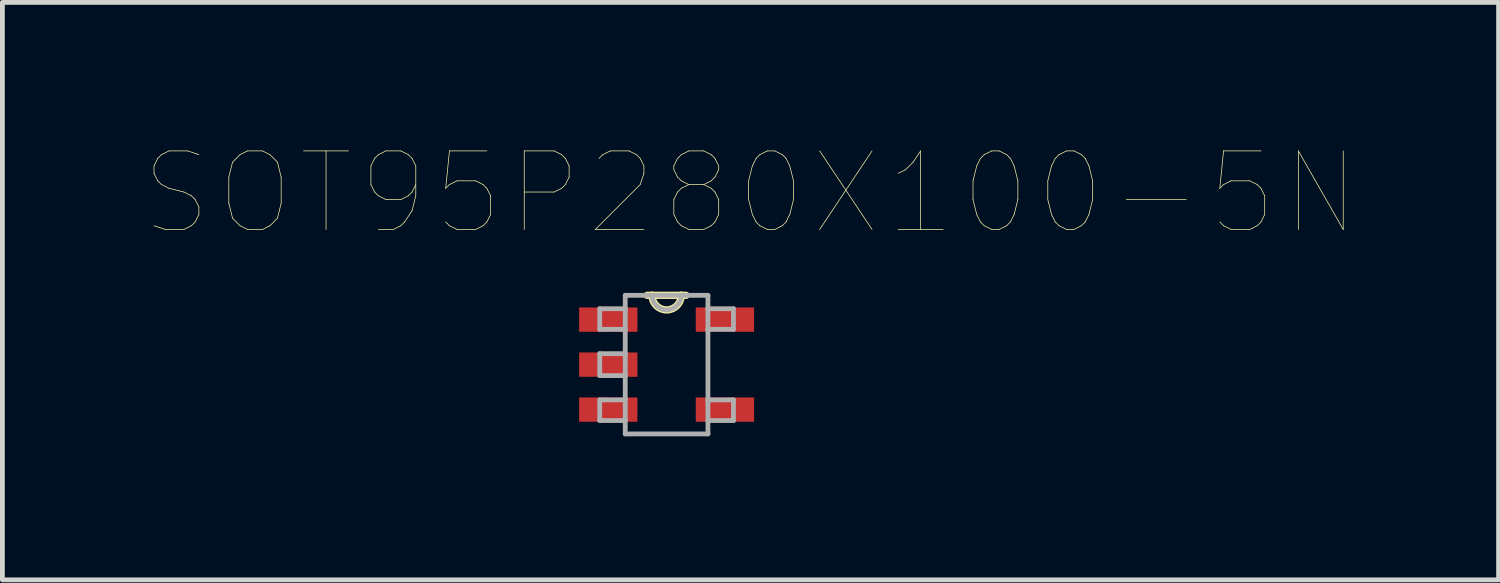
<source format=kicad_pcb>
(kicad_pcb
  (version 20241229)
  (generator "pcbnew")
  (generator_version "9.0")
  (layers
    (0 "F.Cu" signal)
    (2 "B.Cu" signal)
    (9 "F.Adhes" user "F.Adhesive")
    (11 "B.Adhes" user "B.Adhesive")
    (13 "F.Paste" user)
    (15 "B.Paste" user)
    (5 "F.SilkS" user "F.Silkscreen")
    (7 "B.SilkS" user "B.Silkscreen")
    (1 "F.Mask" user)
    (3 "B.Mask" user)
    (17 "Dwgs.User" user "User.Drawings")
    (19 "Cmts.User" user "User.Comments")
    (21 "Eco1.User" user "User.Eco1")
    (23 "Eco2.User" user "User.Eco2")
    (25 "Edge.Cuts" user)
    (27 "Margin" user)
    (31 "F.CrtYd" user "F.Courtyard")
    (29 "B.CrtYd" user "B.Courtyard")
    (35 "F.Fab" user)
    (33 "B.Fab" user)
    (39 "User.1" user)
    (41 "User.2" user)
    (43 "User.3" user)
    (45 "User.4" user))
  (footprint "SOT95P280X100-5N"
    (layer "F.Cu")
    (at 10.879 4.569)
    (property "Reference" "SOT95P280X100-5N" (at 1.753 -3.583 0) (layer "F.SilkS") (effects (font (size 1.641 1.641) (thickness 0.015))))
    (attr through_hole)
    (fp_line (start -0.305 -1.448) (end -0.406 -1.448) (stroke (width 0.152) (type solid)) (layer "F.SilkS"))
    (fp_line (start 0.305 -1.448) (end -0.305 -1.448) (stroke (width 0.152) (type solid)) (layer "F.SilkS"))
    (fp_line (start 0.406 -1.448) (end 0.305 -1.448) (stroke (width 0.152) (type solid)) (layer "F.SilkS"))
    (fp_arc (start 0.3048 -1.4478) (mid 0 -1.143) (end -0.3048 -1.4478) (stroke (width 0.1524) (type solid)) (layer "F.SilkS"))
    (fp_line (start -1.397 -1.168) (end -1.397 -0.737) (stroke (width 0.1) (type solid)) (layer "F.Fab"))
    (fp_line (start -1.397 -0.737) (end -0.864 -0.737) (stroke (width 0.1) (type solid)) (layer "F.Fab"))
    (fp_line (start -1.397 -0.229) (end -1.397 0.229) (stroke (width 0.1) (type solid)) (layer "F.Fab"))
    (fp_line (start -1.397 0.229) (end -0.864 0.229) (stroke (width 0.1) (type solid)) (layer "F.Fab"))
    (fp_line (start -1.397 0.737) (end -1.397 1.168) (stroke (width 0.1) (type solid)) (layer "F.Fab"))
    (fp_line (start -1.397 1.168) (end -0.864 1.168) (stroke (width 0.1) (type solid)) (layer "F.Fab"))
    (fp_line (start -0.864 -1.448) (end -0.864 -1.168) (stroke (width 0.1) (type solid)) (layer "F.Fab"))
    (fp_line (start -0.864 -1.168) (end -1.397 -1.168) (stroke (width 0.1) (type solid)) (layer "F.Fab"))
    (fp_line (start -0.864 -1.168) (end -0.864 -0.737) (stroke (width 0.1) (type solid)) (layer "F.Fab"))
    (fp_line (start -0.864 -0.737) (end -0.864 -0.229) (stroke (width 0.1) (type solid)) (layer "F.Fab"))
    (fp_line (start -0.864 -0.229) (end -1.397 -0.229) (stroke (width 0.1) (type solid)) (layer "F.Fab"))
    (fp_line (start -0.864 -0.229) (end -0.864 0.229) (stroke (width 0.1) (type solid)) (layer "F.Fab"))
    (fp_line (start -0.864 0.229) (end -0.864 0.737) (stroke (width 0.1) (type solid)) (layer "F.Fab"))
    (fp_line (start -0.864 0.737) (end -1.397 0.737) (stroke (width 0.1) (type solid)) (layer "F.Fab"))
    (fp_line (start -0.864 1.168) (end -0.864 0.737) (stroke (width 0.1) (type solid)) (layer "F.Fab"))
    (fp_line (start -0.864 1.448) (end -0.864 1.168) (stroke (width 0.1) (type solid)) (layer "F.Fab"))
    (fp_line (start -0.864 1.448) (end 0.864 1.448) (stroke (width 0.1) (type solid)) (layer "F.Fab"))
    (fp_line (start -0.305 -1.448) (end -0.864 -1.448) (stroke (width 0.1) (type solid)) (layer "F.Fab"))
    (fp_line (start 0.305 -1.448) (end -0.305 -1.448) (stroke (width 0.1) (type solid)) (layer "F.Fab"))
    (fp_line (start 0.864 -1.448) (end 0.305 -1.448) (stroke (width 0.1) (type solid)) (layer "F.Fab"))
    (fp_line (start 0.864 -1.448) (end 0.864 -1.168) (stroke (width 0.1) (type solid)) (layer "F.Fab"))
    (fp_line (start 0.864 -1.168) (end 0.864 -0.737) (stroke (width 0.1) (type solid)) (layer "F.Fab"))
    (fp_line (start 0.864 -0.737) (end 1.397 -0.737) (stroke (width 0.1) (type solid)) (layer "F.Fab"))
    (fp_line (start 0.864 0.737) (end 0.864 -0.737) (stroke (width 0.1) (type solid)) (layer "F.Fab"))
    (fp_line (start 0.864 1.168) (end 0.864 0.737) (stroke (width 0.1) (type solid)) (layer "F.Fab"))
    (fp_line (start 0.864 1.168) (end 1.397 1.168) (stroke (width 0.1) (type solid)) (layer "F.Fab"))
    (fp_line (start 0.864 1.448) (end 0.864 1.168) (stroke (width 0.1) (type solid)) (layer "F.Fab"))
    (fp_line (start 1.397 -1.168) (end 0.864 -1.168) (stroke (width 0.1) (type solid)) (layer "F.Fab"))
    (fp_line (start 1.397 -0.737) (end 1.397 -1.168) (stroke (width 0.1) (type solid)) (layer "F.Fab"))
    (fp_line (start 1.397 0.737) (end 0.864 0.737) (stroke (width 0.1) (type solid)) (layer "F.Fab"))
    (fp_line (start 1.397 1.168) (end 1.397 0.737) (stroke (width 0.1) (type solid)) (layer "F.Fab"))
    (fp_arc (start 0.3048 -1.4478) (mid 0 -1.143) (end -0.3048 -1.4478) (stroke (width 0.1) (type solid)) (layer "F.Fab"))
    (pad "1" smd rect (at -1.219 -0.94) (size 1.219 0.508) (layers "F.Cu" "F.Mask" "F.Paste"))
    (pad "2" smd rect (at -1.219 0) (size 1.219 0.508) (layers "F.Cu" "F.Mask" "F.Paste"))
    (pad "3" smd rect (at -1.219 0.94) (size 1.219 0.508) (layers "F.Cu" "F.Mask" "F.Paste"))
    (pad "4" smd rect (at 1.219 0.94) (size 1.219 0.508) (layers "F.Cu" "F.Mask" "F.Paste"))
    (pad "5" smd rect (at 1.219 -0.94) (size 1.219 0.508) (layers "F.Cu" "F.Mask" "F.Paste")))
  (gr_rect
    (start -3 -3)
    (end 28.264 9.067)
    (stroke (width 0.1) (type default))
    (fill no)
    (layer "Edge.Cuts")))
</source>
